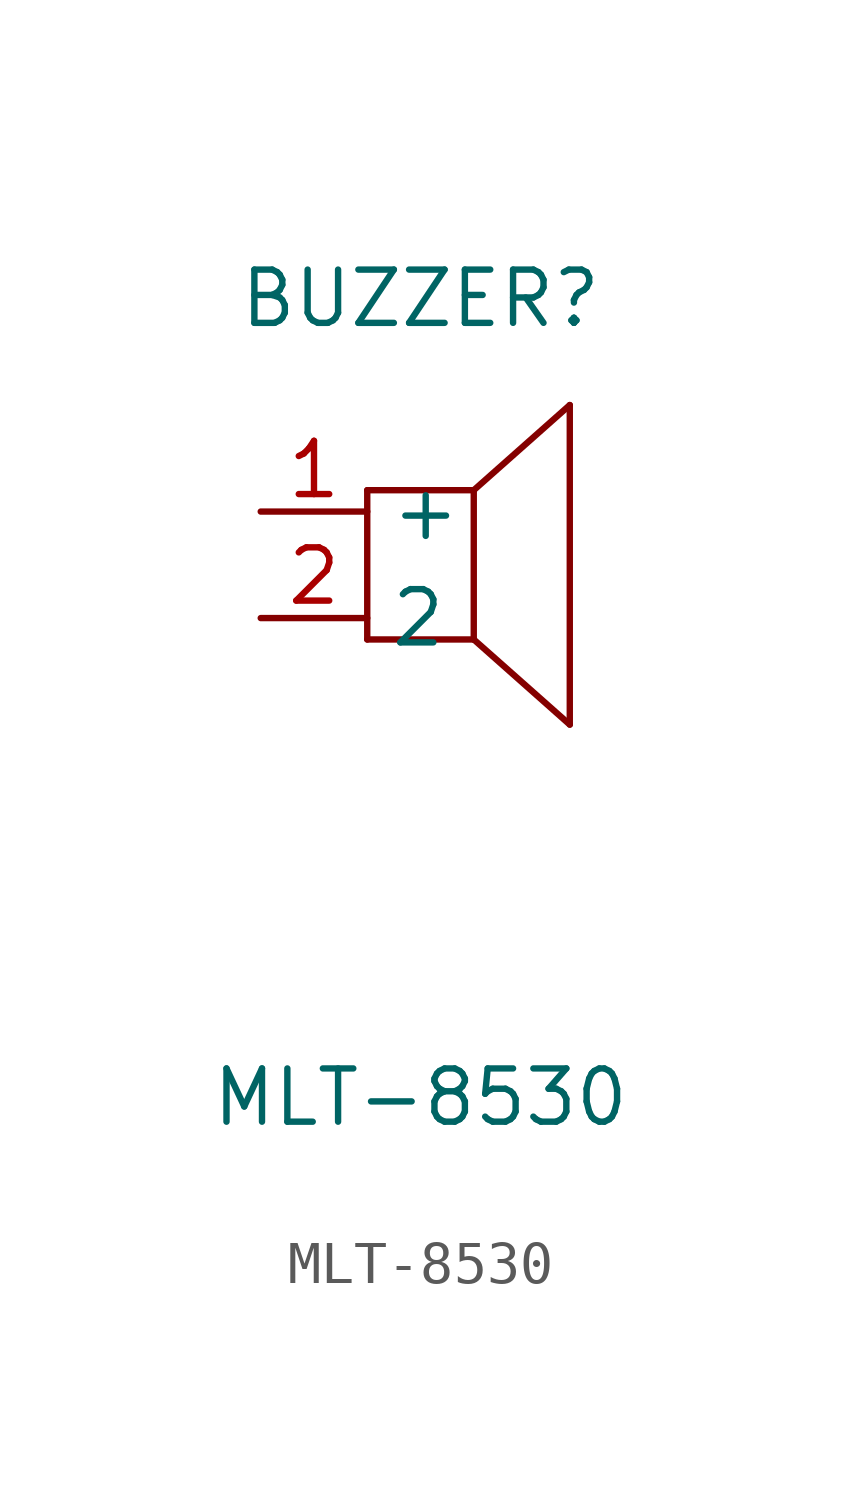
<source format=kicad_sym>
(kicad_symbol_lib
  (version 20231120)
  (generator "kicad_symbol_editor")
  (generator_version "8.0")
  (symbol "MLT-8530"
    (property "Reference" "BUZZER"
      (at 0 6.35 0)
      (effects (font (size 1.27 1.27))))
    (property "Value" "MLT-8530"
      (at 0 -12.7 0)
      (effects (font (size 1.27 1.27))))
    (symbol "MLT-8530_0_1"
      (polyline (pts (xy -1.27 -1.78) (xy 1.27 -1.78)) (stroke (width 0) (type default)) (fill (type none)))
      (polyline (pts (xy -1.27 1.78) (xy -1.27 -1.78)) (stroke (width 0) (type default)) (fill (type none)))
      (polyline (pts (xy -1.27 1.78) (xy 1.27 1.78)) (stroke (width 0) (type default)) (fill (type none)))
      (polyline (pts (xy 1.27 -1.78) (xy 3.56 -3.81)) (stroke (width 0) (type default)) (fill (type none)))
      (polyline (pts (xy 1.27 1.78) (xy 1.27 -1.78)) (stroke (width 0) (type default)) (fill (type none)))
      (polyline (pts (xy 3.56 3.81) (xy 1.27 1.78)) (stroke (width 0) (type default)) (fill (type none)))
      (polyline (pts (xy 3.56 3.81) (xy 3.56 -3.81)) (stroke (width 0) (type default)) (fill (type none)))
      (pin unspecified line (at -3.81 1.27 0) (length 2.54) (name "+" (effects (font (size 1.27 1.27)))) (number "1" (effects (font (size 1.27 1.27)))))
      (pin unspecified line (at -3.81 -1.27 0) (length 2.54) (name "2" (effects (font (size 1.27 1.27)))) (number "2" (effects (font (size 1.27 1.27))))))
    (symbol "MLT-8530_1_1"
      (pin unspecified line (at 0 -7.62 90) (length 5.08) hide (name "3" (effects (font (size 1.27 1.27)))) (number "3" (effects (font (size 1.27 1.27)))))
      (pin unspecified line (at 1.27 -7.62 90) (length 5.08) hide (name "4" (effects (font (size 1.27 1.27)))) (number "4" (effects (font (size 1.27 1.27))))))))
</source>
